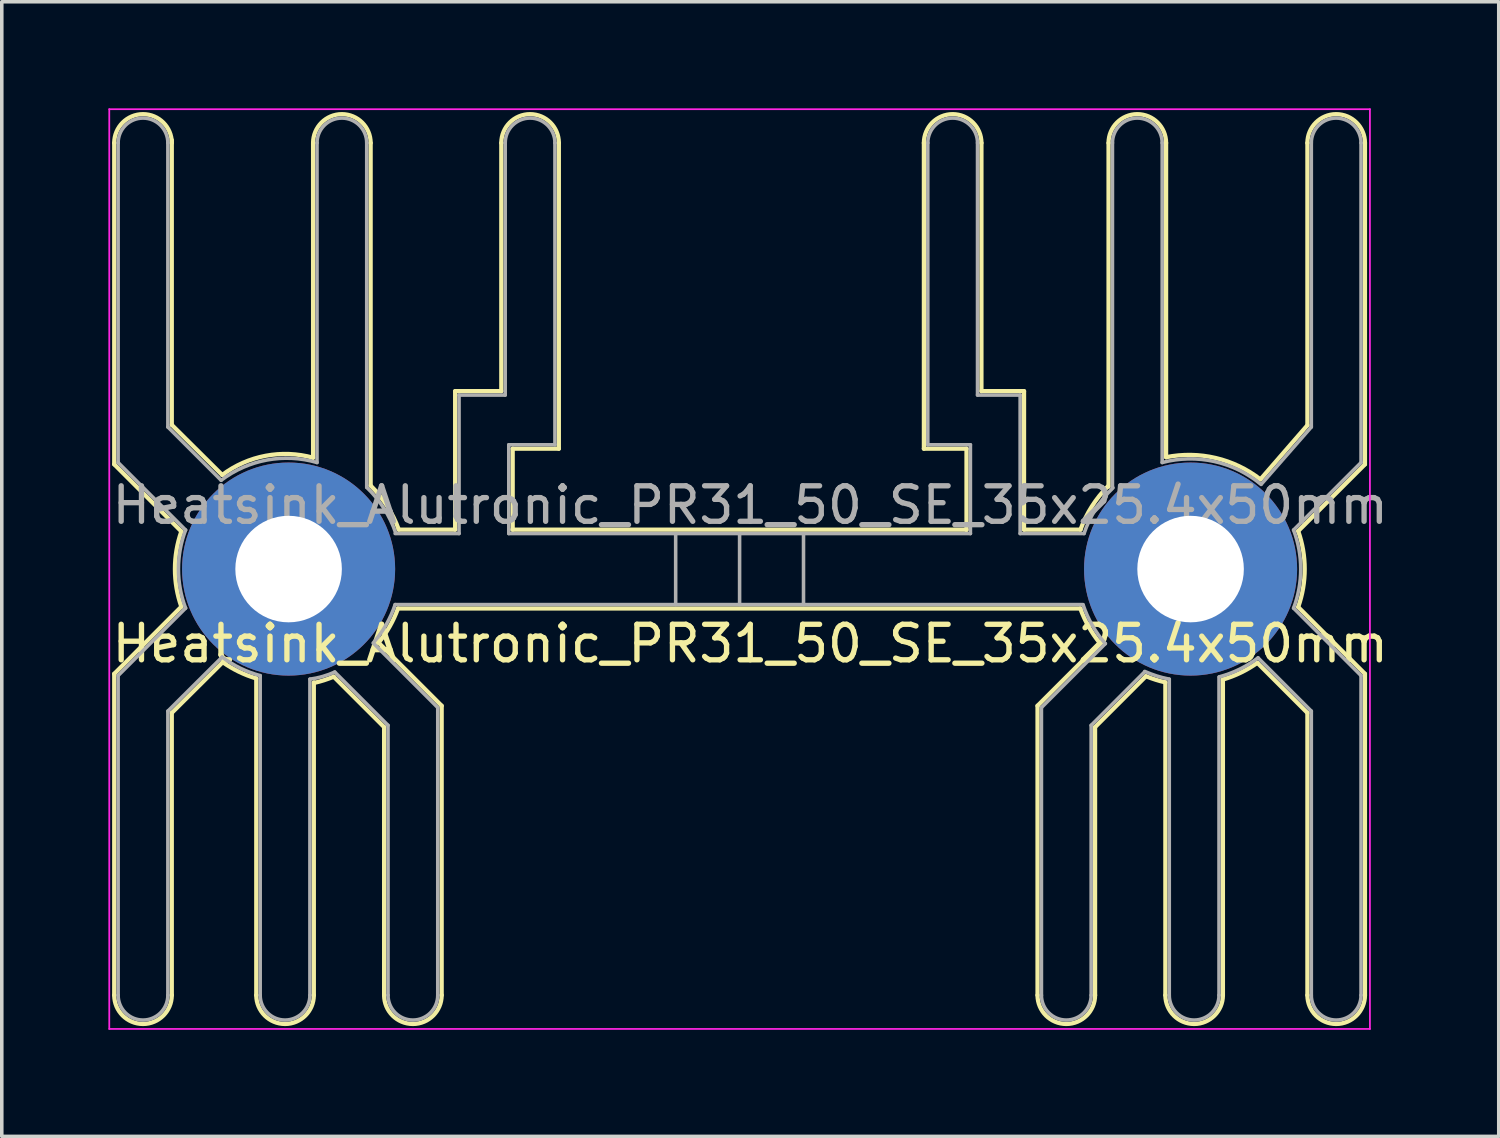
<source format=kicad_pcb>
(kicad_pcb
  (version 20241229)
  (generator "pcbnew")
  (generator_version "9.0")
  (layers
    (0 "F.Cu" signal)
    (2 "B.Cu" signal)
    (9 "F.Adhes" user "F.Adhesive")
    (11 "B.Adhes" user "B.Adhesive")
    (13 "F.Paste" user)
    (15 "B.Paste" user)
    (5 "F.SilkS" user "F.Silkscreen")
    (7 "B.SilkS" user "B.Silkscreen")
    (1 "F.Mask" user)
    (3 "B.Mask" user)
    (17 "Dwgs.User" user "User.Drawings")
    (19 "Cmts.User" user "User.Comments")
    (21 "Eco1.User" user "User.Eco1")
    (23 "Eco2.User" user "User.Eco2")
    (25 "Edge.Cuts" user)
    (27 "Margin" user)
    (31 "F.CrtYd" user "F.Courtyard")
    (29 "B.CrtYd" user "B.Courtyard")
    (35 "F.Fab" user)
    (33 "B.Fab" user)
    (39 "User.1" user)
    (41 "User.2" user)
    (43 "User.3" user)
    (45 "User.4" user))
  (footprint "Heatsink_Alutronic_PR31_50_SE_35x25.4x50mm"
    (layer "F.Cu")
    (at 5.077 12.975)
    (property "Reference" "Heatsink_Alutronic_PR31_50_SE_35x25.4x50mm" (at 13 2.1 0) (unlocked yes) (layer "F.SilkS") (effects (font (size 1 1) (thickness 0.15))))
    (attr through_hole)
    (fp_line (start -4.91 -12) (end -4.91 -2.95) (stroke (width 0.12) (type solid)) (layer "F.SilkS"))
    (fp_line (start -4.91 2.95) (end -4.91 12) (stroke (width 0.12) (type solid)) (layer "F.SilkS"))
    (fp_line (start -3.29 -12.08) (end -3.29 -4.06) (stroke (width 0.12) (type solid)) (layer "F.SilkS"))
    (fp_line (start -3.29 4.05) (end -1.862 2.629) (stroke (width 0.12) (type solid)) (layer "F.SilkS"))
    (fp_line (start -3.29 12) (end -3.29 4.05) (stroke (width 0.12) (type solid)) (layer "F.SilkS"))
    (fp_line (start -3.02 -1.06) (end -4.91 -2.95) (stroke (width 0.12) (type solid)) (layer "F.SilkS"))
    (fp_line (start -3.02 1.06) (end -4.91 2.95) (stroke (width 0.12) (type solid)) (layer "F.SilkS"))
    (fp_line (start -1.87 -2.65) (end -3.29 -4.06) (stroke (width 0.12) (type solid)) (layer "F.SilkS"))
    (fp_line (start -0.91 3.08) (end -0.91 12) (stroke (width 0.12) (type solid)) (layer "F.SilkS"))
    (fp_line (start 0.69 -12) (end 0.69 -3.135) (stroke (width 0.12) (type solid)) (layer "F.SilkS"))
    (fp_line (start 0.71 12) (end 0.71 3.19) (stroke (width 0.12) (type solid)) (layer "F.SilkS"))
    (fp_line (start 2.31 -12) (end 2.31 -2.35) (stroke (width 0.12) (type solid)) (layer "F.SilkS"))
    (fp_line (start 2.69 4.45) (end 1.27 3.03) (stroke (width 0.12) (type solid)) (layer "F.SilkS"))
    (fp_line (start 2.69 12) (end 2.69 4.45) (stroke (width 0.12) (type solid)) (layer "F.SilkS"))
    (fp_line (start 3.08 1.11) (end 22.3 1.11) (stroke (width 0.12) (type solid)) (layer "F.SilkS"))
    (fp_line (start 4.31 3.85) (end 2.53 2.07) (stroke (width 0.12) (type solid)) (layer "F.SilkS"))
    (fp_line (start 4.31 3.85) (end 4.31 12) (stroke (width 0.12) (type solid)) (layer "F.SilkS"))
    (fp_line (start 4.69 -5.01) (end 4.69 -1.11) (stroke (width 0.12) (type solid)) (layer "F.SilkS"))
    (fp_line (start 4.69 -1.11) (end 3.1 -1.11) (stroke (width 0.12) (type solid)) (layer "F.SilkS"))
    (fp_line (start 5.99 -5.01) (end 4.69 -5.01) (stroke (width 0.12) (type solid)) (layer "F.SilkS"))
    (fp_line (start 5.99 -5.01) (end 5.99 -12) (stroke (width 0.12) (type solid)) (layer "F.SilkS"))
    (fp_line (start 6.3 -1.11) (end 19.09 -1.11) (stroke (width 0.12) (type solid)) (layer "F.SilkS"))
    (fp_line (start 6.31 -3.39) (end 6.31 -1.11) (stroke (width 0.12) (type solid)) (layer "F.SilkS"))
    (fp_line (start 7.61 -12) (end 7.61 -3.39) (stroke (width 0.12) (type solid)) (layer "F.SilkS"))
    (fp_line (start 7.61 -3.39) (end 6.31 -3.39) (stroke (width 0.12) (type solid)) (layer "F.SilkS"))
    (fp_line (start 17.89 -3.39) (end 17.89 -12) (stroke (width 0.12) (type solid)) (layer "F.SilkS"))
    (fp_line (start 19.09 -3.39) (end 17.89 -3.39) (stroke (width 0.12) (type solid)) (layer "F.SilkS"))
    (fp_line (start 19.09 -1.1) (end 19.09 -3.39) (stroke (width 0.12) (type solid)) (layer "F.SilkS"))
    (fp_line (start 19.51 -12) (end 19.51 -5.01) (stroke (width 0.12) (type solid)) (layer "F.SilkS"))
    (fp_line (start 19.51 -5.01) (end 20.71 -5.01) (stroke (width 0.12) (type solid)) (layer "F.SilkS"))
    (fp_line (start 20.71 -5.01) (end 20.71 -1.11) (stroke (width 0.12) (type solid)) (layer "F.SilkS"))
    (fp_line (start 20.71 -1.11) (end 22.3 -1.11) (stroke (width 0.12) (type solid)) (layer "F.SilkS"))
    (fp_line (start 21.09 3.85) (end 22.85 2.09) (stroke (width 0.12) (type solid)) (layer "F.SilkS"))
    (fp_line (start 21.09 12) (end 21.09 3.85) (stroke (width 0.12) (type solid)) (layer "F.SilkS"))
    (fp_line (start 22.71 4.45) (end 24.14 3.02) (stroke (width 0.12) (type solid)) (layer "F.SilkS"))
    (fp_line (start 22.71 12) (end 22.71 4.45) (stroke (width 0.12) (type solid)) (layer "F.SilkS"))
    (fp_line (start 23.09 -2.32) (end 23.09 -12) (stroke (width 0.12) (type solid)) (layer "F.SilkS"))
    (fp_line (start 24.69 3.19) (end 24.69 12) (stroke (width 0.12) (type solid)) (layer "F.SilkS"))
    (fp_line (start 24.71 -12) (end 24.71 -3.15) (stroke (width 0.12) (type solid)) (layer "F.SilkS"))
    (fp_line (start 26.31 3.12) (end 26.31 12) (stroke (width 0.12) (type solid)) (layer "F.SilkS"))
    (fp_line (start 28.69 -12) (end 28.69 -4.05) (stroke (width 0.12) (type solid)) (layer "F.SilkS"))
    (fp_line (start 28.69 -4.05) (end 27.37 -2.53) (stroke (width 0.12) (type solid)) (layer "F.SilkS"))
    (fp_line (start 28.69 4.05) (end 27.28 2.64) (stroke (width 0.12) (type solid)) (layer "F.SilkS"))
    (fp_line (start 28.69 12) (end 28.69 4.05) (stroke (width 0.12) (type solid)) (layer "F.SilkS"))
    (fp_line (start 30.31 -2.95) (end 28.43 -1.07) (stroke (width 0.12) (type solid)) (layer "F.SilkS"))
    (fp_line (start 30.31 -2.95) (end 30.31 -12) (stroke (width 0.12) (type solid)) (layer "F.SilkS"))
    (fp_line (start 30.31 2.95) (end 28.43 1.07) (stroke (width 0.12) (type solid)) (layer "F.SilkS"))
    (fp_line (start 30.31 2.95) (end 30.31 12) (stroke (width 0.12) (type solid)) (layer "F.SilkS"))
    (fp_arc (start -4.91 -12) (mid -4.1 -12.81) (end -3.29 -12) (stroke (width 0.12) (type solid)) (layer "F.SilkS"))
    (fp_arc (start -3.29 12) (mid -4.1 12.81) (end -4.91 12) (stroke (width 0.12) (type solid)) (layer "F.SilkS"))
    (fp_arc (start -3.019999 1.06) (mid -3.200624 0) (end -3.019999 -1.06) (stroke (width 0.12) (type solid)) (layer "F.SilkS"))
    (fp_arc (start -1.87 -2.65) (mid -0.646329 -3.189805) (end 0.69 -3.135162) (stroke (width 0.12) (type solid)) (layer "F.SilkS"))
    (fp_arc (start -0.91 3.079999) (mid -1.402054 2.889419) (end -1.856259 2.620839) (stroke (width 0.12) (type solid)) (layer "F.SilkS"))
    (fp_arc (start 0.69 -12) (mid 1.5 -12.81) (end 2.31 -12) (stroke (width 0.12) (type solid)) (layer "F.SilkS"))
    (fp_arc (start 0.71 12) (mid -0.1 12.81) (end -0.91 12) (stroke (width 0.12) (type solid)) (layer "F.SilkS"))
    (fp_arc (start 1.27 3.029999) (mid 0.99582 3.130836) (end 0.713766 3.206919) (stroke (width 0.12) (type solid)) (layer "F.SilkS"))
    (fp_arc (start 2.309999 -2.349999) (mid 2.776198 -1.775195) (end 3.102357 -1.110844) (stroke (width 0.12) (type solid)) (layer "F.SilkS"))
    (fp_arc (start 3.08 1.11) (mid 2.847947 1.614837) (end 2.533868 2.073165) (stroke (width 0.12) (type solid)) (layer "F.SilkS"))
    (fp_arc (start 4.31 12) (mid 3.5 12.81) (end 2.69 12) (stroke (width 0.12) (type solid)) (layer "F.SilkS"))
    (fp_arc (start 5.99 -12) (mid 6.8 -12.81) (end 7.61 -12) (stroke (width 0.12) (type solid)) (layer "F.SilkS"))
    (fp_arc (start 17.89 -12) (mid 18.7 -12.81) (end 19.51 -12) (stroke (width 0.12) (type solid)) (layer "F.SilkS"))
    (fp_arc (start 22.3 -1.11) (mid 22.620228 -1.764927) (end 23.07672 -2.333338) (stroke (width 0.12) (type solid)) (layer "F.SilkS"))
    (fp_arc (start 22.71 12) (mid 21.9 12.81) (end 21.09 12) (stroke (width 0.12) (type solid)) (layer "F.SilkS"))
    (fp_arc (start 22.85 2.09) (mid 22.530938 1.624525) (end 22.295929 1.111458) (stroke (width 0.12) (type solid)) (layer "F.SilkS"))
    (fp_arc (start 23.09 -12) (mid 23.9 -12.81) (end 24.71 -12) (stroke (width 0.12) (type solid)) (layer "F.SilkS"))
    (fp_arc (start 24.69 3.189999) (mid 24.411984 3.115127) (end 24.141637 3.016077) (stroke (width 0.12) (type solid)) (layer "F.SilkS"))
    (fp_arc (start 24.71 -3.15) (mid 26.106328 -3.127735) (end 27.366001 -2.524864) (stroke (width 0.12) (type solid)) (layer "F.SilkS"))
    (fp_arc (start 26.31 12) (mid 25.5 12.81) (end 24.69 12) (stroke (width 0.12) (type solid)) (layer "F.SilkS"))
    (fp_arc (start 27.28 2.64) (mid 26.813523 2.916497) (end 26.307476 3.111348) (stroke (width 0.12) (type solid)) (layer "F.SilkS"))
    (fp_arc (start 28.43 -1.07) (mid 28.613378 0) (end 28.43 1.07) (stroke (width 0.12) (type solid)) (layer "F.SilkS"))
    (fp_arc (start 28.69 -12) (mid 29.5 -12.81) (end 30.31 -12) (stroke (width 0.12) (type solid)) (layer "F.SilkS"))
    (fp_arc (start 30.31 12) (mid 29.5 12.81) (end 28.69 12) (stroke (width 0.12) (type solid)) (layer "F.SilkS"))
    (fp_line (start -5.05 -12.95) (end 30.45 -12.95) (stroke (width 0.05) (type solid)) (layer "F.CrtYd"))
    (fp_line (start -5.05 12.95) (end -5.05 -12.95) (stroke (width 0.05) (type solid)) (layer "F.CrtYd"))
    (fp_line (start 30.45 -12.95) (end 30.45 12.95) (stroke (width 0.05) (type solid)) (layer "F.CrtYd"))
    (fp_line (start 30.45 12.95) (end -5.05 12.95) (stroke (width 0.05) (type solid)) (layer "F.CrtYd"))
    (fp_line (start -4.8 -12) (end -4.8 -3) (stroke (width 0.1) (type solid)) (layer "F.Fab"))
    (fp_line (start -4.8 -3) (end -2.9 -1.1) (stroke (width 0.1) (type solid)) (layer "F.Fab"))
    (fp_line (start -4.8 3) (end -2.9 1.1) (stroke (width 0.1) (type solid)) (layer "F.Fab"))
    (fp_line (start -4.8 12) (end -4.8 3) (stroke (width 0.1) (type solid)) (layer "F.Fab"))
    (fp_line (start -3.4 -12) (end -3.4 -4) (stroke (width 0.1) (type solid)) (layer "F.Fab"))
    (fp_line (start -3.4 -4) (end -1.9 -2.5) (stroke (width 0.1) (type solid)) (layer "F.Fab"))
    (fp_line (start -3.4 4) (end -1.872 2.479) (stroke (width 0.1) (type solid)) (layer "F.Fab"))
    (fp_line (start -3.4 12) (end -3.4 4) (stroke (width 0.1) (type solid)) (layer "F.Fab"))
    (fp_line (start -0.8 12) (end -0.8 3) (stroke (width 0.1) (type solid)) (layer "F.Fab"))
    (fp_line (start 0.6 12) (end 0.6 3.1) (stroke (width 0.1) (type solid)) (layer "F.Fab"))
    (fp_line (start 0.8 -12) (end 0.8 -3) (stroke (width 0.1) (type solid)) (layer "F.Fab"))
    (fp_line (start 2.2 -12) (end 2.2 -2.3) (stroke (width 0.1) (type solid)) (layer "F.Fab"))
    (fp_line (start 2.8 4.4) (end 1.3 2.9) (stroke (width 0.1) (type solid)) (layer "F.Fab"))
    (fp_line (start 2.8 12) (end 2.8 4.4) (stroke (width 0.1) (type solid)) (layer "F.Fab"))
    (fp_line (start 3 -1) (end 4.8 -1) (stroke (width 0.1) (type solid)) (layer "F.Fab"))
    (fp_line (start 3 1) (end 22.37 1) (stroke (width 0.1) (type solid)) (layer "F.Fab"))
    (fp_line (start 4.2 3.9) (end 2.4 2.1) (stroke (width 0.1) (type solid)) (layer "F.Fab"))
    (fp_line (start 4.2 12) (end 4.2 3.9) (stroke (width 0.1) (type solid)) (layer "F.Fab"))
    (fp_line (start 4.8 -1) (end 4.8 -4.9) (stroke (width 0.1) (type solid)) (layer "F.Fab"))
    (fp_line (start 6.1 -12) (end 6.1 -4.9) (stroke (width 0.1) (type solid)) (layer "F.Fab"))
    (fp_line (start 6.1 -4.9) (end 4.8 -4.9) (stroke (width 0.1) (type solid)) (layer "F.Fab"))
    (fp_line (start 6.2 -3.5) (end 6.2 -1) (stroke (width 0.1) (type solid)) (layer "F.Fab"))
    (fp_line (start 6.2 -1) (end 19.2 -1) (stroke (width 0.1) (type solid)) (layer "F.Fab"))
    (fp_line (start 7.5 -12) (end 7.5 -3.5) (stroke (width 0.1) (type solid)) (layer "F.Fab"))
    (fp_line (start 7.5 -3.5) (end 6.2 -3.5) (stroke (width 0.1) (type solid)) (layer "F.Fab"))
    (fp_line (start 10.9 -1) (end 10.9 1) (stroke (width 0.1) (type solid)) (layer "F.Fab"))
    (fp_line (start 12.7 -1) (end 12.7 1) (stroke (width 0.1) (type solid)) (layer "F.Fab"))
    (fp_line (start 14.5 -1) (end 14.5 1) (stroke (width 0.1) (type solid)) (layer "F.Fab"))
    (fp_line (start 18 -3.5) (end 18 -12) (stroke (width 0.1) (type solid)) (layer "F.Fab"))
    (fp_line (start 19.2 -3.5) (end 18 -3.5) (stroke (width 0.1) (type solid)) (layer "F.Fab"))
    (fp_line (start 19.2 -1) (end 19.2 -3.5) (stroke (width 0.1) (type solid)) (layer "F.Fab"))
    (fp_line (start 19.4 -12) (end 19.4 -4.9) (stroke (width 0.1) (type solid)) (layer "F.Fab"))
    (fp_line (start 19.4 -4.9) (end 20.6 -4.9) (stroke (width 0.1) (type solid)) (layer "F.Fab"))
    (fp_line (start 20.6 -4.9) (end 20.6 -1) (stroke (width 0.1) (type solid)) (layer "F.Fab"))
    (fp_line (start 20.6 -1) (end 22.4 -1) (stroke (width 0.1) (type solid)) (layer "F.Fab"))
    (fp_line (start 21.2 3.9) (end 23 2.1) (stroke (width 0.1) (type solid)) (layer "F.Fab"))
    (fp_line (start 21.2 12) (end 21.2 3.9) (stroke (width 0.1) (type solid)) (layer "F.Fab"))
    (fp_line (start 22.6 4.4) (end 24.1 2.9) (stroke (width 0.1) (type solid)) (layer "F.Fab"))
    (fp_line (start 22.6 12) (end 22.6 4.4) (stroke (width 0.1) (type solid)) (layer "F.Fab"))
    (fp_line (start 23.2 -12) (end 23.2 -2.3) (stroke (width 0.1) (type solid)) (layer "F.Fab"))
    (fp_line (start 24.6 -12) (end 24.6 -3) (stroke (width 0.1) (type solid)) (layer "F.Fab"))
    (fp_line (start 24.8 12) (end 24.8 3.1) (stroke (width 0.1) (type solid)) (layer "F.Fab"))
    (fp_line (start 26.2 12) (end 26.2 3.04) (stroke (width 0.1) (type solid)) (layer "F.Fab"))
    (fp_line (start 28.8 -12) (end 28.8 -4) (stroke (width 0.1) (type solid)) (layer "F.Fab"))
    (fp_line (start 28.8 -4) (end 27.4 -2.4) (stroke (width 0.1) (type solid)) (layer "F.Fab"))
    (fp_line (start 28.8 4) (end 27.3 2.5) (stroke (width 0.1) (type solid)) (layer "F.Fab"))
    (fp_line (start 28.8 12) (end 28.8 4) (stroke (width 0.1) (type solid)) (layer "F.Fab"))
    (fp_line (start 30.2 -12) (end 30.2 -3) (stroke (width 0.1) (type solid)) (layer "F.Fab"))
    (fp_line (start 30.2 -3) (end 28.3 -1.1) (stroke (width 0.1) (type solid)) (layer "F.Fab"))
    (fp_line (start 30.2 3) (end 28.3 1.1) (stroke (width 0.1) (type solid)) (layer "F.Fab"))
    (fp_line (start 30.2 12) (end 30.2 3) (stroke (width 0.1) (type solid)) (layer "F.Fab"))
    (fp_arc (start -4.8 -12) (mid -4.1 -12.7) (end -3.4 -12) (stroke (width 0.1) (type solid)) (layer "F.Fab"))
    (fp_arc (start -3.4 12) (mid -4.1 12.7) (end -4.8 12) (stroke (width 0.1) (type solid)) (layer "F.Fab"))
    (fp_arc (start -2.9 1.1) (mid -3.101612 0) (end -2.9 -1.1) (stroke (width 0.1) (type solid)) (layer "F.Fab"))
    (fp_arc (start -1.9 -2.499999) (mid -0.609428 -3.07091) (end 0.8 -3) (stroke (width 0.1) (type solid)) (layer "F.Fab"))
    (fp_arc (start -0.8 2.999999) (mid -1.360827 2.790725) (end -1.871071 2.477718) (stroke (width 0.1) (type solid)) (layer "F.Fab"))
    (fp_arc (start 0.6 12) (mid -0.1 12.7) (end -0.8 12) (stroke (width 0.1) (type solid)) (layer "F.Fab"))
    (fp_arc (start 0.8 -12) (mid 1.5 -12.7) (end 2.2 -12) (stroke (width 0.1) (type solid)) (layer "F.Fab"))
    (fp_arc (start 1.3 2.899999) (mid 0.957168 3.025088) (end 0.6 3.1) (stroke (width 0.1) (type solid)) (layer "F.Fab"))
    (fp_arc (start 2.2 -2.3) (mid 2.688667 -1.703253) (end 3.019437 -1.006479) (stroke (width 0.1) (type solid)) (layer "F.Fab"))
    (fp_arc (start 2.999999 1) (mid 2.743828 1.572069) (end 2.379856 2.082374) (stroke (width 0.1) (type solid)) (layer "F.Fab"))
    (fp_arc (start 4.2 12) (mid 3.5 12.7) (end 2.8 12) (stroke (width 0.1) (type solid)) (layer "F.Fab"))
    (fp_arc (start 6.1 -12) (mid 6.8 -12.7) (end 7.5 -12) (stroke (width 0.1) (type solid)) (layer "F.Fab"))
    (fp_arc (start 18 -12) (mid 18.7 -12.7) (end 19.4 -12) (stroke (width 0.1) (type solid)) (layer "F.Fab"))
    (fp_arc (start 22.400001 -1) (mid 22.729516 -1.693668) (end 23.216524 -2.287451) (stroke (width 0.1) (type solid)) (layer "F.Fab"))
    (fp_arc (start 22.6 12) (mid 21.9 12.7) (end 21.2 12) (stroke (width 0.1) (type solid)) (layer "F.Fab"))
    (fp_arc (start 23.000001 2.1) (mid 22.632948 1.585376) (end 22.374608 1.008464) (stroke (width 0.1) (type solid)) (layer "F.Fab"))
    (fp_arc (start 23.2 -12) (mid 23.9 -12.7) (end 24.6 -12) (stroke (width 0.1) (type solid)) (layer "F.Fab"))
    (fp_arc (start 24.6 -3) (mid 26.067786 -3.029746) (end 27.385604 -2.382724) (stroke (width 0.1) (type solid)) (layer "F.Fab"))
    (fp_arc (start 24.8 3.099999) (mid 24.447895 3.010563) (end 24.108394 2.881276) (stroke (width 0.1) (type solid)) (layer "F.Fab"))
    (fp_arc (start 26.2 12) (mid 25.5 12.7) (end 24.8 12) (stroke (width 0.1) (type solid)) (layer "F.Fab"))
    (fp_arc (start 27.3 2.499999) (mid 26.780606 2.82027) (end 26.209077 3.034039) (stroke (width 0.1) (type solid)) (layer "F.Fab"))
    (fp_arc (start 28.3 -1.1) (mid 28.501612 0) (end 28.3 1.1) (stroke (width 0.1) (type solid)) (layer "F.Fab"))
    (fp_arc (start 28.8 -12) (mid 29.5 -12.7) (end 30.2 -12) (stroke (width 0.1) (type solid)) (layer "F.Fab"))
    (fp_arc (start 30.2 12) (mid 29.5 12.7) (end 28.8 12) (stroke (width 0.1) (type solid)) (layer "F.Fab"))
    (fp_text user "${REFERENCE}" (at 13 -1.8 0) (layer "F.Fab") (effects (font (size 1 1) (thickness 0.15))))
    (pad "1" thru_hole circle (at 0 0) (size 6 6) (drill 3) (layers "*.Cu" "*.Mask"))
    (pad "1" thru_hole circle (at 25.4 0) (size 6 6) (drill 3) (layers "*.Cu" "*.Mask")))
  (gr_rect
    (start -3 -3)
    (end 39.155 28.95)
    (stroke (width 0.1) (type default))
    (fill no)
    (layer "Edge.Cuts")))
</source>
